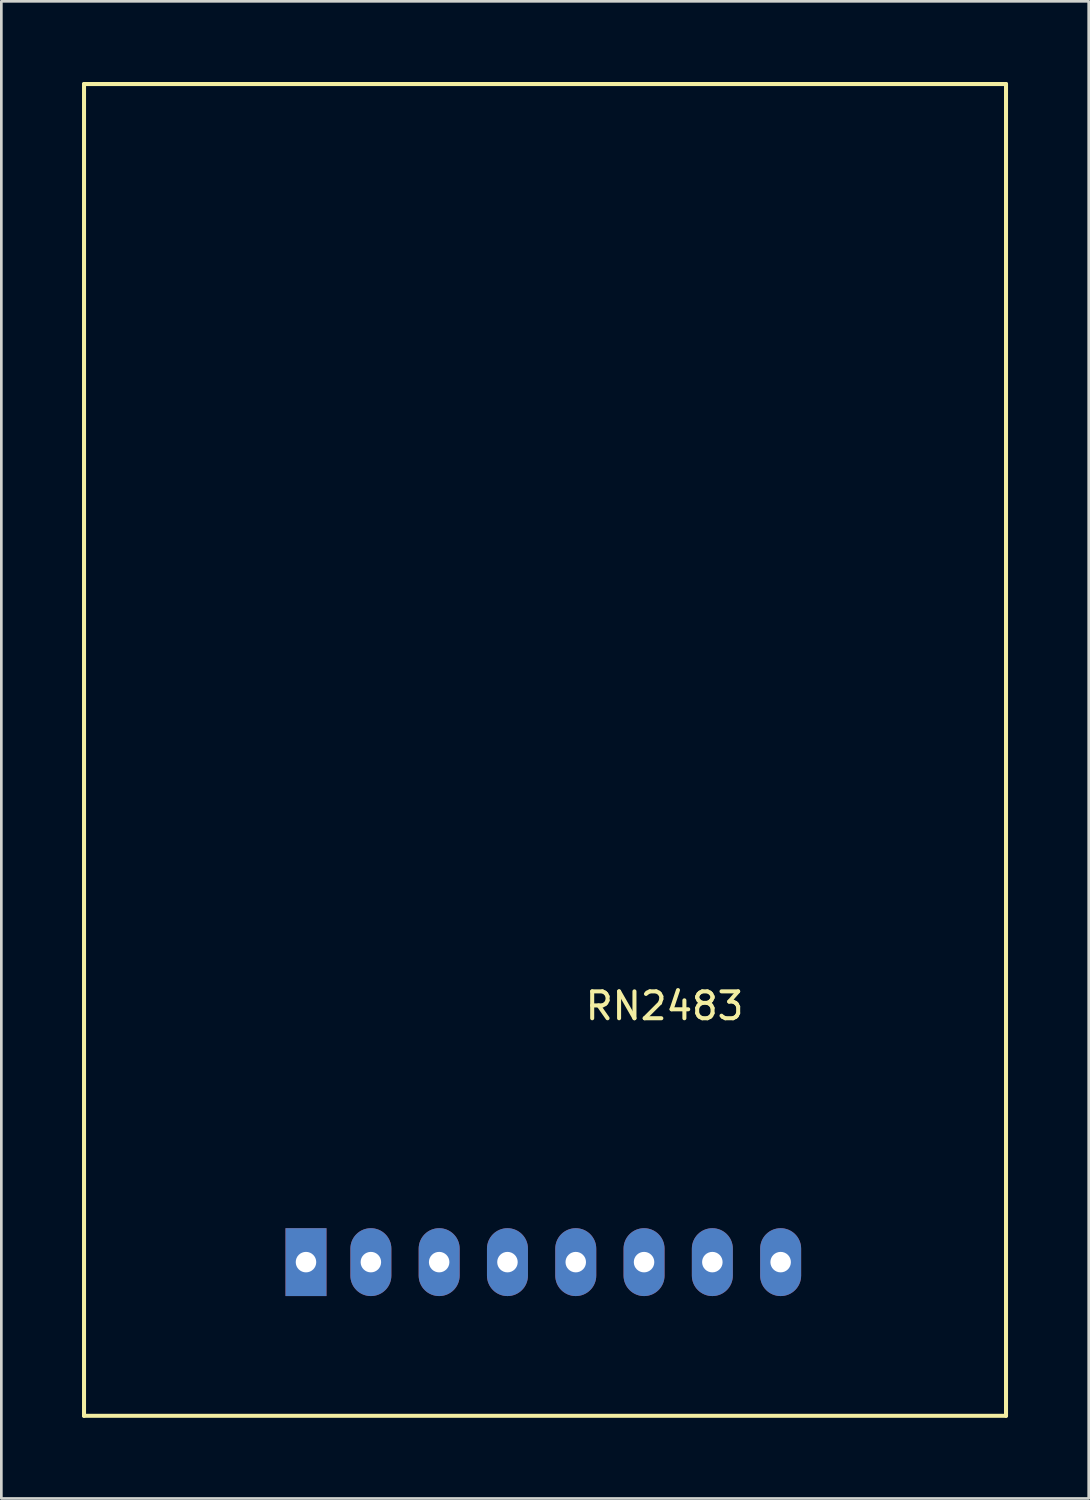
<source format=kicad_pcb>
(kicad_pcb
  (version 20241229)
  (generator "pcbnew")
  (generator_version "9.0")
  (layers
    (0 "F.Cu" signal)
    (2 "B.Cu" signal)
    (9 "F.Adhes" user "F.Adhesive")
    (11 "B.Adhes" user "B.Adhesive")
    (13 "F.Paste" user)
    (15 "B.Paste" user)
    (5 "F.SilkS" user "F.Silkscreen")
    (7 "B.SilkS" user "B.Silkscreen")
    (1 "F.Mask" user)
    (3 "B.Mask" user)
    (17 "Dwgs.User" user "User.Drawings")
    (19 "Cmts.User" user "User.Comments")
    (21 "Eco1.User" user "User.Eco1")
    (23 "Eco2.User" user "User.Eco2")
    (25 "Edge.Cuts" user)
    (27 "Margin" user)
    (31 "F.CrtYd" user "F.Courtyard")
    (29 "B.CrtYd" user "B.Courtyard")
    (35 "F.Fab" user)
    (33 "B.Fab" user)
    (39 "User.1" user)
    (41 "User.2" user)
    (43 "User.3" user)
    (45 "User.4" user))
  (footprint "RN2483"
    (layer "F.Cu")
    (at 8.33 43.89)
    (property "Reference" "RN2483" (at 13.335 -9.525 0) (layer "F.SilkS") (effects (font (size 1 1) (thickness 0.15))))
    (attr through_hole)
    (fp_line (start -8.255 -43.815) (end -8.255 5.715) (stroke (width 0.15) (type solid)) (layer "F.SilkS"))
    (fp_line (start -8.255 5.715) (end 26.035 5.715) (stroke (width 0.15) (type solid)) (layer "F.SilkS"))
    (fp_line (start 26.035 -43.815) (end -8.255 -43.815) (stroke (width 0.15) (type solid)) (layer "F.SilkS"))
    (fp_line (start 26.035 5.715) (end 26.035 -43.815) (stroke (width 0.15) (type solid)) (layer "F.SilkS"))
    (pad "1" thru_hole rect (at 0 0) (size 1.524 2.524) (drill 0.762) (layers "*.Cu" "*.Mask"))
    (pad "2" thru_hole oval (at 2.413 0) (size 1.524 2.524) (drill 0.762) (layers "*.Cu" "*.Mask"))
    (pad "3" thru_hole oval (at 4.953 0) (size 1.524 2.524) (drill 0.762) (layers "*.Cu" "*.Mask"))
    (pad "4" thru_hole oval (at 7.493 0) (size 1.524 2.524) (drill 0.762) (layers "*.Cu" "*.Mask"))
    (pad "5" thru_hole oval (at 10.033 0) (size 1.524 2.524) (drill 0.762) (layers "*.Cu" "*.Mask"))
    (pad "6" thru_hole oval (at 12.573 0) (size 1.524 2.524) (drill 0.762) (layers "*.Cu" "*.Mask"))
    (pad "7" thru_hole oval (at 15.113 0) (size 1.524 2.524) (drill 0.762) (layers "*.Cu" "*.Mask"))
    (pad "8" thru_hole oval (at 17.653 0) (size 1.524 2.524) (drill 0.762) (layers "*.Cu" "*.Mask")))
  (gr_rect
    (start -3 -3)
    (end 37.44 52.68)
    (stroke (width 0.1) (type default))
    (fill no)
    (layer "Edge.Cuts")))
</source>
